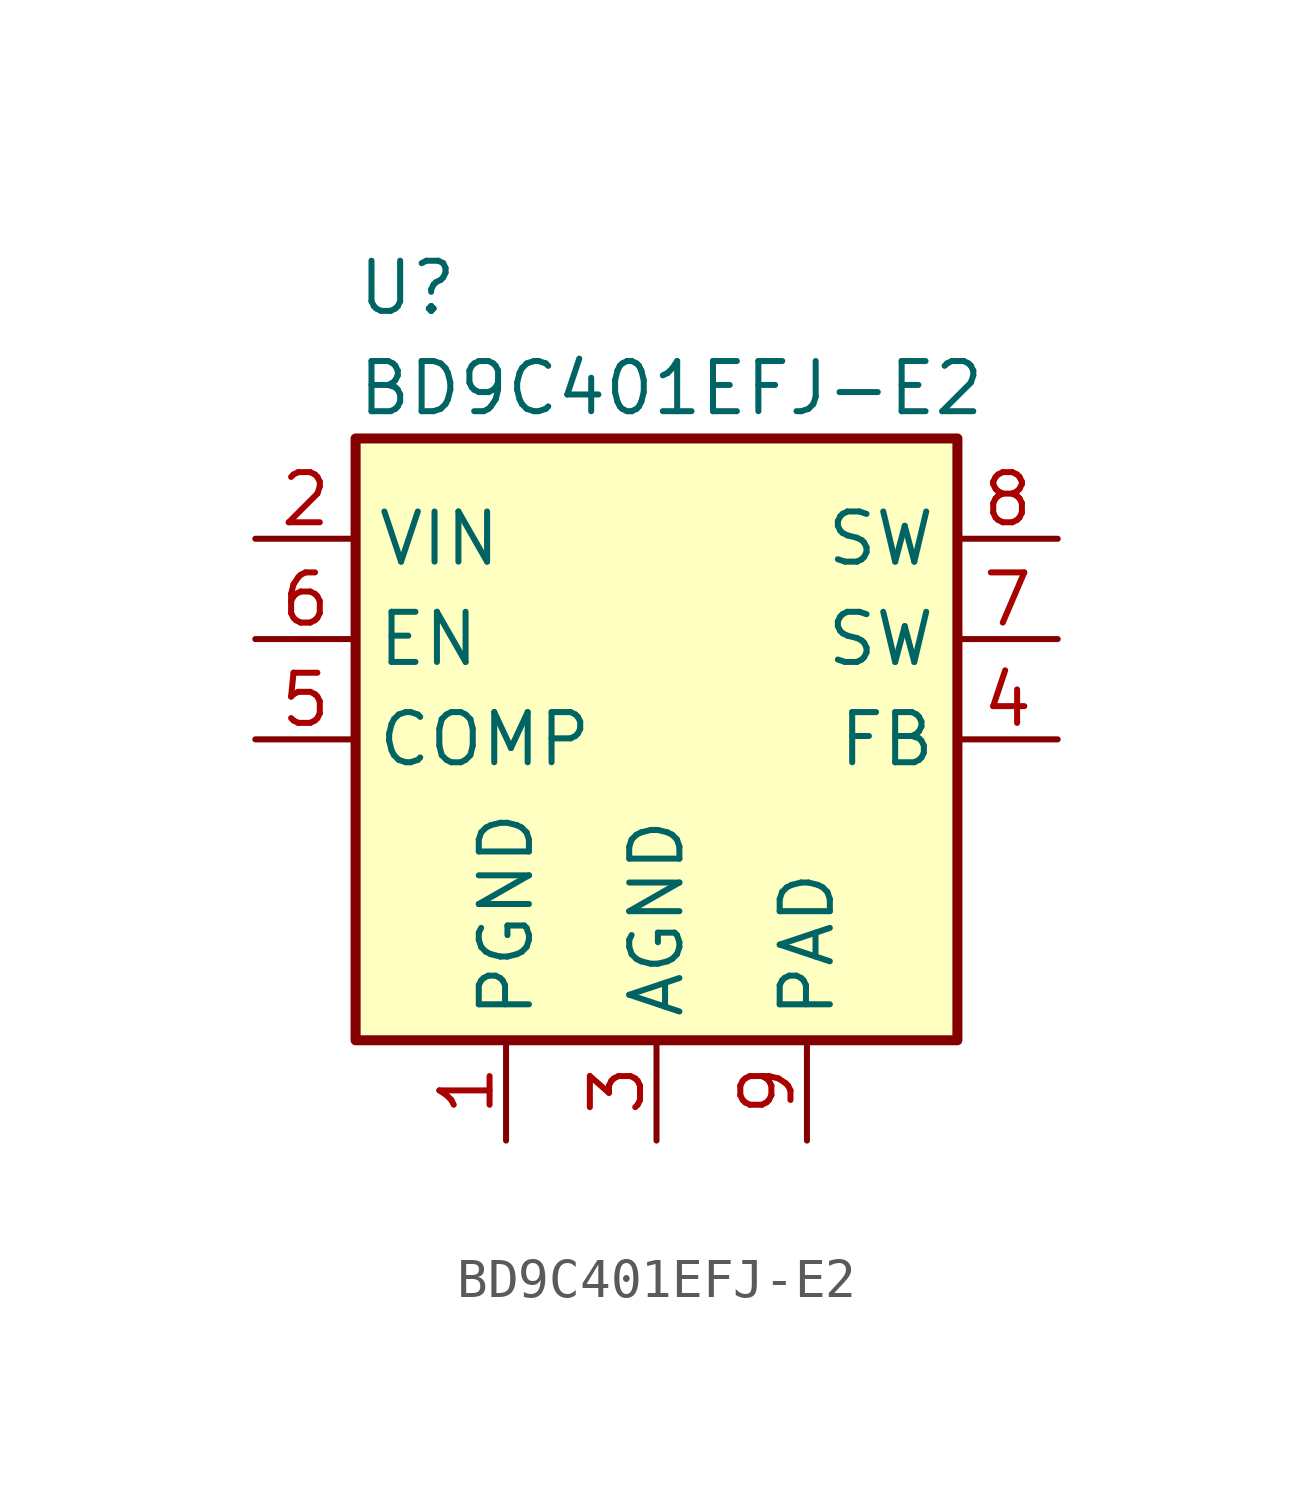
<source format=kicad_sym>
(kicad_symbol_lib
  (version 20231120)
  (generator "kicad_symbol_editor")
  (generator_version "8.0")
  (symbol "BD9C401EFJ-E2"
    (property "Reference" "U"
      (at -7.62 11.43 0)
      (effects (font (size 1.27 1.27)) (justify left)))
    (property "Value" "BD9C401EFJ-E2"
      (at -7.62 8.89 0)
      (effects (font (size 1.27 1.27)) (justify left)))
    (symbol "BD9C401EFJ-E2_0_1"
      (rectangle (start -7.62 7.62) (end 7.62 -7.62) (stroke (width 0.254) (type default)) (fill (type background))))
    (symbol "BD9C401EFJ-E2_1_1"
      (pin power_in line (at -3.81 -10.16 90) (length 2.54) (name "PGND" (effects (font (size 1.27 1.27)))) (number "1" (effects (font (size 1.27 1.27)))))
      (pin power_in line (at -10.16 5.08 0) (length 2.54) (name "VIN" (effects (font (size 1.27 1.27)))) (number "2" (effects (font (size 1.27 1.27)))))
      (pin power_in line (at 0 -10.16 90) (length 2.54) (name "AGND" (effects (font (size 1.27 1.27)))) (number "3" (effects (font (size 1.27 1.27)))))
      (pin input line (at 10.16 0 180) (length 2.54) (name "FB" (effects (font (size 1.27 1.27)))) (number "4" (effects (font (size 1.27 1.27)))))
      (pin passive line (at -10.16 0 0) (length 2.54) (name "COMP" (effects (font (size 1.27 1.27)))) (number "5" (effects (font (size 1.27 1.27)))))
      (pin input line (at -10.16 2.54 0) (length 2.54) (name "EN" (effects (font (size 1.27 1.27)))) (number "6" (effects (font (size 1.27 1.27)))))
      (pin passive line (at 10.16 2.54 180) (length 2.54) (name "SW" (effects (font (size 1.27 1.27)))) (number "7" (effects (font (size 1.27 1.27)))))
      (pin power_out line (at 10.16 5.08 180) (length 2.54) (name "SW" (effects (font (size 1.27 1.27)))) (number "8" (effects (font (size 1.27 1.27)))))
      (pin power_in line (at 3.81 -10.16 90) (length 2.54) (name "PAD" (effects (font (size 1.27 1.27)))) (number "9" (effects (font (size 1.27 1.27))))))))
</source>
